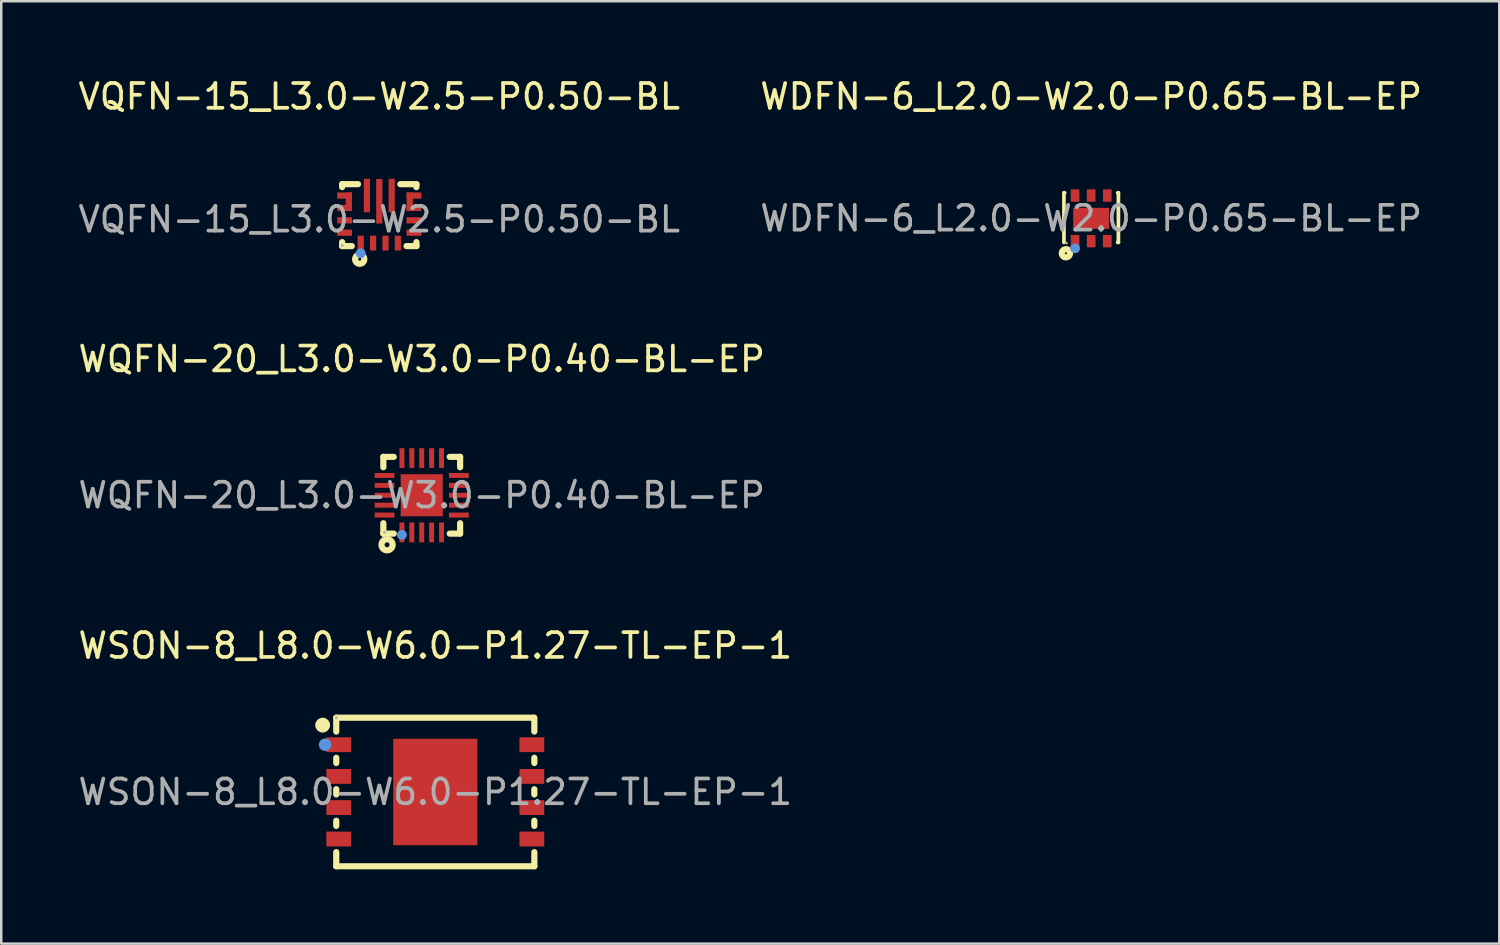
<source format=kicad_pcb>
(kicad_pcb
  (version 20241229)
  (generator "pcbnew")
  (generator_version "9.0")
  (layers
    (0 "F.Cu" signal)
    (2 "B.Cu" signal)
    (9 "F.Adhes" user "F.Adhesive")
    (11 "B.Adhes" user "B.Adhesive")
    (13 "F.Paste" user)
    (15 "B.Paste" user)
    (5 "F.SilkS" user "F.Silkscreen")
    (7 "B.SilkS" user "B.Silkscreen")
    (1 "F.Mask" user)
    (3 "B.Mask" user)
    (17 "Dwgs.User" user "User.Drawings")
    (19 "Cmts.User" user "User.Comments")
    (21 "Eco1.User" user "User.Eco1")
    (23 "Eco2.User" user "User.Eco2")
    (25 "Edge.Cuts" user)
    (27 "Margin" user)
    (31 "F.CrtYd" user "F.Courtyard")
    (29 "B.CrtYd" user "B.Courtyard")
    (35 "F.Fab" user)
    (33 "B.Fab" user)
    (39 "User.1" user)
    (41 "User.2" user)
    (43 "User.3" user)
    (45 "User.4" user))
  (footprint "WSON-8_L8.0-W6.0-P1.27-TL-EP-1"
    (layer "F.Cu")
    (at 14.53 28.935)
    (property "Reference" "WSON-8_L8.0-W6.0-P1.27-TL-EP-1" (at 0 -5.91 0) (layer "F.SilkS") (effects (font (size 1 1) (thickness 0.15))))
    (attr smd)
    (fp_line (start -4 -3) (end 3.96 -3) (stroke (width 0.25) (type solid)) (layer "F.SilkS"))
    (fp_line (start -4 -2.44) (end -4 -3) (stroke (width 0.25) (type solid)) (layer "F.SilkS"))
    (fp_line (start -4 -1.17) (end -4 -1.38) (stroke (width 0.25) (type solid)) (layer "F.SilkS"))
    (fp_line (start -4 0.1) (end -4 -0.11) (stroke (width 0.25) (type solid)) (layer "F.SilkS"))
    (fp_line (start -4 1.37) (end -4 1.16) (stroke (width 0.25) (type solid)) (layer "F.SilkS"))
    (fp_line (start -4 3) (end -4 2.43) (stroke (width 0.25) (type solid)) (layer "F.SilkS"))
    (fp_line (start 4 -3) (end 4 -2.44) (stroke (width 0.25) (type solid)) (layer "F.SilkS"))
    (fp_line (start 4 -1.38) (end 4 -1.17) (stroke (width 0.25) (type solid)) (layer "F.SilkS"))
    (fp_line (start 4 -0.11) (end 4 0.1) (stroke (width 0.25) (type solid)) (layer "F.SilkS"))
    (fp_line (start 4 1.16) (end 4 1.37) (stroke (width 0.25) (type solid)) (layer "F.SilkS"))
    (fp_line (start 4 2.43) (end 4 3) (stroke (width 0.25) (type solid)) (layer "F.SilkS"))
    (fp_line (start 4 3) (end -4 3) (stroke (width 0.25) (type solid)) (layer "F.SilkS"))
    (fp_circle (center -4.55 -2.7) (end -4.4 -2.7) (stroke (width 0.3) (type solid)) (fill no) (layer "F.SilkS"))
    (fp_circle (center -4.45 -1.91) (end -4.32 -1.91) (stroke (width 0.25) (type solid)) (fill no) (layer "Cmts.User"))
    (fp_circle (center -4 -3) (end -3.97 -3) (stroke (width 0.06) (type solid)) (fill no) (layer "F.Fab"))
    (fp_text user "${REFERENCE}" (at 0 0 0) (layer "F.Fab") (effects (font (size 1 1) (thickness 0.15))))
    (pad "1" smd rect (at -3.9 -1.91 270) (size 0.6 1) (layers "F.Cu" "F.Mask" "F.Paste"))
    (pad "2" smd rect (at -3.9 -0.63 270) (size 0.6 1) (layers "F.Cu" "F.Mask" "F.Paste"))
    (pad "3" smd rect (at -3.9 0.63 270) (size 0.6 1) (layers "F.Cu" "F.Mask" "F.Paste"))
    (pad "4" smd rect (at -3.9 1.9 270) (size 0.6 1) (layers "F.Cu" "F.Mask" "F.Paste"))
    (pad "5" smd rect (at 3.9 1.9 90) (size 0.6 1) (layers "F.Cu" "F.Mask" "F.Paste"))
    (pad "6" smd rect (at 3.9 0.63 90) (size 0.6 1) (layers "F.Cu" "F.Mask" "F.Paste"))
    (pad "7" smd rect (at 3.9 -0.63 90) (size 0.6 1) (layers "F.Cu" "F.Mask" "F.Paste"))
    (pad "8" smd rect (at 3.9 -1.91 90) (size 0.6 1) (layers "F.Cu" "F.Mask" "F.Paste"))
    (pad "9" smd rect (at 0 0 90) (size 4.3 3.4) (layers "F.Cu" "F.Mask" "F.Paste")))
  (footprint "WQFN-20_L3.0-W3.0-P0.40-BL-EP"
    (layer "F.Cu")
    (at 13.982 16.951)
    (property "Reference" "WQFN-20_L3.0-W3.0-P0.40-BL-EP" (at 0 -5.5 0) (layer "F.SilkS") (effects (font (size 1 1) (thickness 0.15))))
    (attr smd)
    (fp_line (start -1.55 -1.13) (end -1.55 -1.55) (stroke (width 0.25) (type solid)) (layer "F.SilkS"))
    (fp_line (start -1.55 1.55) (end -1.55 1.13) (stroke (width 0.25) (type solid)) (layer "F.SilkS"))
    (fp_line (start -1.55 1.55) (end -1.13 1.55) (stroke (width 0.25) (type solid)) (layer "F.SilkS"))
    (fp_line (start -1.13 -1.55) (end -1.55 -1.55) (stroke (width 0.25) (type solid)) (layer "F.SilkS"))
    (fp_line (start 1.13 1.55) (end 1.55 1.55) (stroke (width 0.25) (type solid)) (layer "F.SilkS"))
    (fp_line (start 1.55 -1.55) (end 1.13 -1.55) (stroke (width 0.25) (type solid)) (layer "F.SilkS"))
    (fp_line (start 1.55 -1.55) (end 1.55 -1.13) (stroke (width 0.25) (type solid)) (layer "F.SilkS"))
    (fp_line (start 1.55 1.13) (end 1.55 1.55) (stroke (width 0.25) (type solid)) (layer "F.SilkS"))
    (fp_circle (center -1.4 2) (end -1.3 2) (stroke (width 0.25) (type solid)) (fill no) (layer "F.SilkS"))
    (fp_circle (center -0.8 1.6) (end -0.7 1.6) (stroke (width 0.2) (type solid)) (fill no) (layer "Cmts.User"))
    (fp_circle (center -1.5 1.5) (end -1.47 1.5) (stroke (width 0.06) (type solid)) (fill no) (layer "F.Fab"))
    (fp_text user "${REFERENCE}" (at 0 0 0) (layer "F.Fab") (effects (font (size 1 1) (thickness 0.15))))
    (pad "1" smd rect (at -0.8 1.5 180) (size 0.2 0.8) (layers "F.Cu" "F.Mask" "F.Paste"))
    (pad "2" smd rect (at -0.4 1.5 180) (size 0.2 0.8) (layers "F.Cu" "F.Mask" "F.Paste"))
    (pad "3" smd rect (at 0 1.5 180) (size 0.2 0.8) (layers "F.Cu" "F.Mask" "F.Paste"))
    (pad "4" smd rect (at 0.4 1.5 180) (size 0.2 0.8) (layers "F.Cu" "F.Mask" "F.Paste"))
    (pad "5" smd rect (at 0.8 1.5 180) (size 0.2 0.8) (layers "F.Cu" "F.Mask" "F.Paste"))
    (pad "6" smd rect (at 1.5 0.8 90) (size 0.2 0.8) (layers "F.Cu" "F.Mask" "F.Paste"))
    (pad "7" smd rect (at 1.5 0.4 90) (size 0.2 0.8) (layers "F.Cu" "F.Mask" "F.Paste"))
    (pad "8" smd rect (at 1.5 0 90) (size 0.2 0.8) (layers "F.Cu" "F.Mask" "F.Paste"))
    (pad "9" smd rect (at 1.5 -0.4 90) (size 0.2 0.8) (layers "F.Cu" "F.Mask" "F.Paste"))
    (pad "10" smd rect (at 1.5 -0.8 90) (size 0.2 0.8) (layers "F.Cu" "F.Mask" "F.Paste"))
    (pad "11" smd rect (at 0.8 -1.5 180) (size 0.2 0.8) (layers "F.Cu" "F.Mask" "F.Paste"))
    (pad "12" smd rect (at 0.4 -1.5 180) (size 0.2 0.8) (layers "F.Cu" "F.Mask" "F.Paste"))
    (pad "13" smd rect (at 0 -1.5 180) (size 0.2 0.8) (layers "F.Cu" "F.Mask" "F.Paste"))
    (pad "14" smd rect (at -0.4 -1.5 180) (size 0.2 0.8) (layers "F.Cu" "F.Mask" "F.Paste"))
    (pad "15" smd rect (at -0.8 -1.5 180) (size 0.2 0.8) (layers "F.Cu" "F.Mask" "F.Paste"))
    (pad "16" smd rect (at -1.5 -0.8 270) (size 0.2 0.8) (layers "F.Cu" "F.Mask" "F.Paste"))
    (pad "17" smd rect (at -1.5 -0.4 270) (size 0.2 0.8) (layers "F.Cu" "F.Mask" "F.Paste"))
    (pad "18" smd rect (at -1.5 0 270) (size 0.2 0.8) (layers "F.Cu" "F.Mask" "F.Paste"))
    (pad "19" smd rect (at -1.5 0.4 270) (size 0.2 0.8) (layers "F.Cu" "F.Mask" "F.Paste"))
    (pad "20" smd rect (at -1.5 0.8 270) (size 0.2 0.8) (layers "F.Cu" "F.Mask" "F.Paste"))
    (pad "21" smd rect (at 0 0 270) (size 1.7 1.7) (layers "F.Cu" "F.Mask" "F.Paste")))
  (footprint "VQFN-15_L3.0-W2.5-P0.50-BL"
    (layer "F.Cu")
    (at 12.268 5.808)
    (property "Reference" "VQFN-15_L3.0-W2.5-P0.50-BL" (at 0 -4.96 0) (layer "F.SilkS") (effects (font (size 1 1) (thickness 0.15))))
    (attr smd)
    (fp_line (start -1.5 -1.42) (end -1.5 -1.3) (stroke (width 0.25) (type solid)) (layer "F.SilkS"))
    (fp_line (start -1.5 0.92) (end -1.5 1.08) (stroke (width 0.25) (type solid)) (layer "F.SilkS"))
    (fp_line (start -1.5 1.08) (end -1.11 1.08) (stroke (width 0.25) (type solid)) (layer "F.SilkS"))
    (fp_line (start -0.86 -1.42) (end -1.5 -1.42) (stroke (width 0.25) (type solid)) (layer "F.SilkS"))
    (fp_line (start 1.1 1.08) (end 1.5 1.08) (stroke (width 0.25) (type solid)) (layer "F.SilkS"))
    (fp_line (start 1.5 -1.42) (end 0.85 -1.42) (stroke (width 0.25) (type solid)) (layer "F.SilkS"))
    (fp_line (start 1.5 -1.3) (end 1.5 -1.42) (stroke (width 0.25) (type solid)) (layer "F.SilkS"))
    (fp_line (start 1.5 1.08) (end 1.5 0.92) (stroke (width 0.25) (type solid)) (layer "F.SilkS"))
    (fp_circle (center -0.79 1.61) (end -0.73 1.61) (stroke (width 0.25) (type solid)) (fill no) (layer "F.SilkS"))
    (fp_circle (center -0.75 1.37) (end -0.65 1.37) (stroke (width 0.2) (type solid)) (fill no) (layer "Cmts.User"))
    (fp_circle (center -1.5 1.06) (end -1.47 1.06) (stroke (width 0.06) (type solid)) (fill no) (layer "F.Fab"))
    (fp_text user "${REFERENCE}" (at 0 0 0) (layer "F.Fab") (effects (font (size 1 1) (thickness 0.15))))
    (pad "1" smd rect (at -0.75 0.96 180) (size 0.25 0.6) (layers "F.Cu" "F.Mask" "F.Paste"))
    (pad "2" smd rect (at -0.25 0.96 180) (size 0.25 0.6) (layers "F.Cu" "F.Mask" "F.Paste"))
    (pad "3" smd rect (at 0.25 0.96 180) (size 0.25 0.6) (layers "F.Cu" "F.Mask" "F.Paste"))
    (pad "4" smd rect (at 0.75 0.96 180) (size 0.25 0.6) (layers "F.Cu" "F.Mask" "F.Paste"))
    (pad "5" smd rect (at 1.4 0.54 270) (size 0.25 0.6) (layers "F.Cu" "F.Mask" "F.Paste"))
    (pad "6" smd rect (at 1.4 0.04 270) (size 0.25 0.6) (layers "F.Cu" "F.Mask" "F.Paste"))
    (pad "7" smd rect (at 1.23 -0.71) (size 0.25 0.75) (layers "F.Cu" "F.Mask" "F.Paste"))
    (pad "7" smd rect (at 1.4 -0.96 270) (size 0.25 0.6) (layers "F.Cu" "F.Mask" "F.Paste"))
    (pad "7" smd rect (at 1.4 -0.46 270) (size 0.25 0.6) (layers "F.Cu" "F.Mask" "F.Paste"))
    (pad "9" smd rect (at 0.5 -0.96) (size 0.25 1.35) (layers "F.Cu" "F.Mask" "F.Paste"))
    (pad "10" smd rect (at 0 -0.73) (size 0.25 1.8) (layers "F.Cu" "F.Mask" "F.Paste"))
    (pad "11" smd rect (at -0.5 -0.96) (size 0.25 1.35) (layers "F.Cu" "F.Mask" "F.Paste"))
    (pad "12" smd rect (at -1.4 -0.96 90) (size 0.25 0.6) (layers "F.Cu" "F.Mask" "F.Paste"))
    (pad "12" smd rect (at -1.4 -0.46 90) (size 0.25 0.6) (layers "F.Cu" "F.Mask" "F.Paste"))
    (pad "12" smd rect (at -1.23 -0.71 180) (size 0.25 0.75) (layers "F.Cu" "F.Mask" "F.Paste"))
    (pad "14" smd rect (at -1.4 0.04 90) (size 0.25 0.6) (layers "F.Cu" "F.Mask" "F.Paste"))
    (pad "15" smd rect (at -1.4 0.54 90) (size 0.25 0.6) (layers "F.Cu" "F.Mask" "F.Paste")))
  (footprint "WDFN-6_L2.0-W2.0-P0.65-BL-EP"
    (layer "F.Cu")
    (at 41.018 5.768)
    (property "Reference" "WDFN-6_L2.0-W2.0-P0.65-BL-EP" (at 0 -4.92 0) (layer "F.SilkS") (effects (font (size 1 1) (thickness 0.15))))
    (attr smd)
    (fp_line (start -1.1 -1.03) (end -1.1 0.97) (stroke (width 0.15) (type solid)) (layer "F.SilkS"))
    (fp_line (start -1.1 -1.03) (end -1.07 -1.03) (stroke (width 0.15) (type solid)) (layer "F.SilkS"))
    (fp_line (start 1.07 -1.03) (end 1.1 -1.03) (stroke (width 0.15) (type solid)) (layer "F.SilkS"))
    (fp_line (start 1.1 0.97) (end 1.07 0.97) (stroke (width 0.15) (type solid)) (layer "F.SilkS"))
    (fp_line (start 1.1 0.97) (end 1.1 -1.03) (stroke (width 0.15) (type solid)) (layer "F.SilkS"))
    (fp_circle (center -1.02 1.41) (end -0.98 1.41) (stroke (width 0.25) (type solid)) (fill no) (layer "F.SilkS"))
    (fp_circle (center -0.65 1.21) (end -0.55 1.21) (stroke (width 0.2) (type solid)) (fill no) (layer "Cmts.User"))
    (fp_circle (center -1 1) (end -0.97 1) (stroke (width 0.06) (type solid)) (fill no) (layer "F.Fab"))
    (fp_text user "${REFERENCE}" (at 0 0 0) (layer "F.Fab") (effects (font (size 1 1) (thickness 0.15))))
    (pad "1" smd rect (at -0.65 0.92) (size 0.35 0.5) (layers "F.Cu" "F.Mask" "F.Paste"))
    (pad "2" smd rect (at 0 0.92) (size 0.35 0.5) (layers "F.Cu" "F.Mask" "F.Paste"))
    (pad "3" smd rect (at 0.65 0.92) (size 0.35 0.5) (layers "F.Cu" "F.Mask" "F.Paste"))
    (pad "4" smd rect (at 0.65 -0.92) (size 0.35 0.5) (layers "F.Cu" "F.Mask" "F.Paste"))
    (pad "5" smd rect (at 0 -0.92) (size 0.35 0.5) (layers "F.Cu" "F.Mask" "F.Paste"))
    (pad "6" smd rect (at -0.65 -0.92) (size 0.35 0.5) (layers "F.Cu" "F.Mask" "F.Paste"))
    (pad "7" smd rect (at 0 0) (size 1.45 0.85) (layers "F.Cu" "F.Mask" "F.Paste")))
  (gr_rect
    (start -3 -3)
    (end 57.5 35.06)
    (stroke (width 0.1) (type default))
    (fill no)
    (layer "Edge.Cuts")))
</source>
